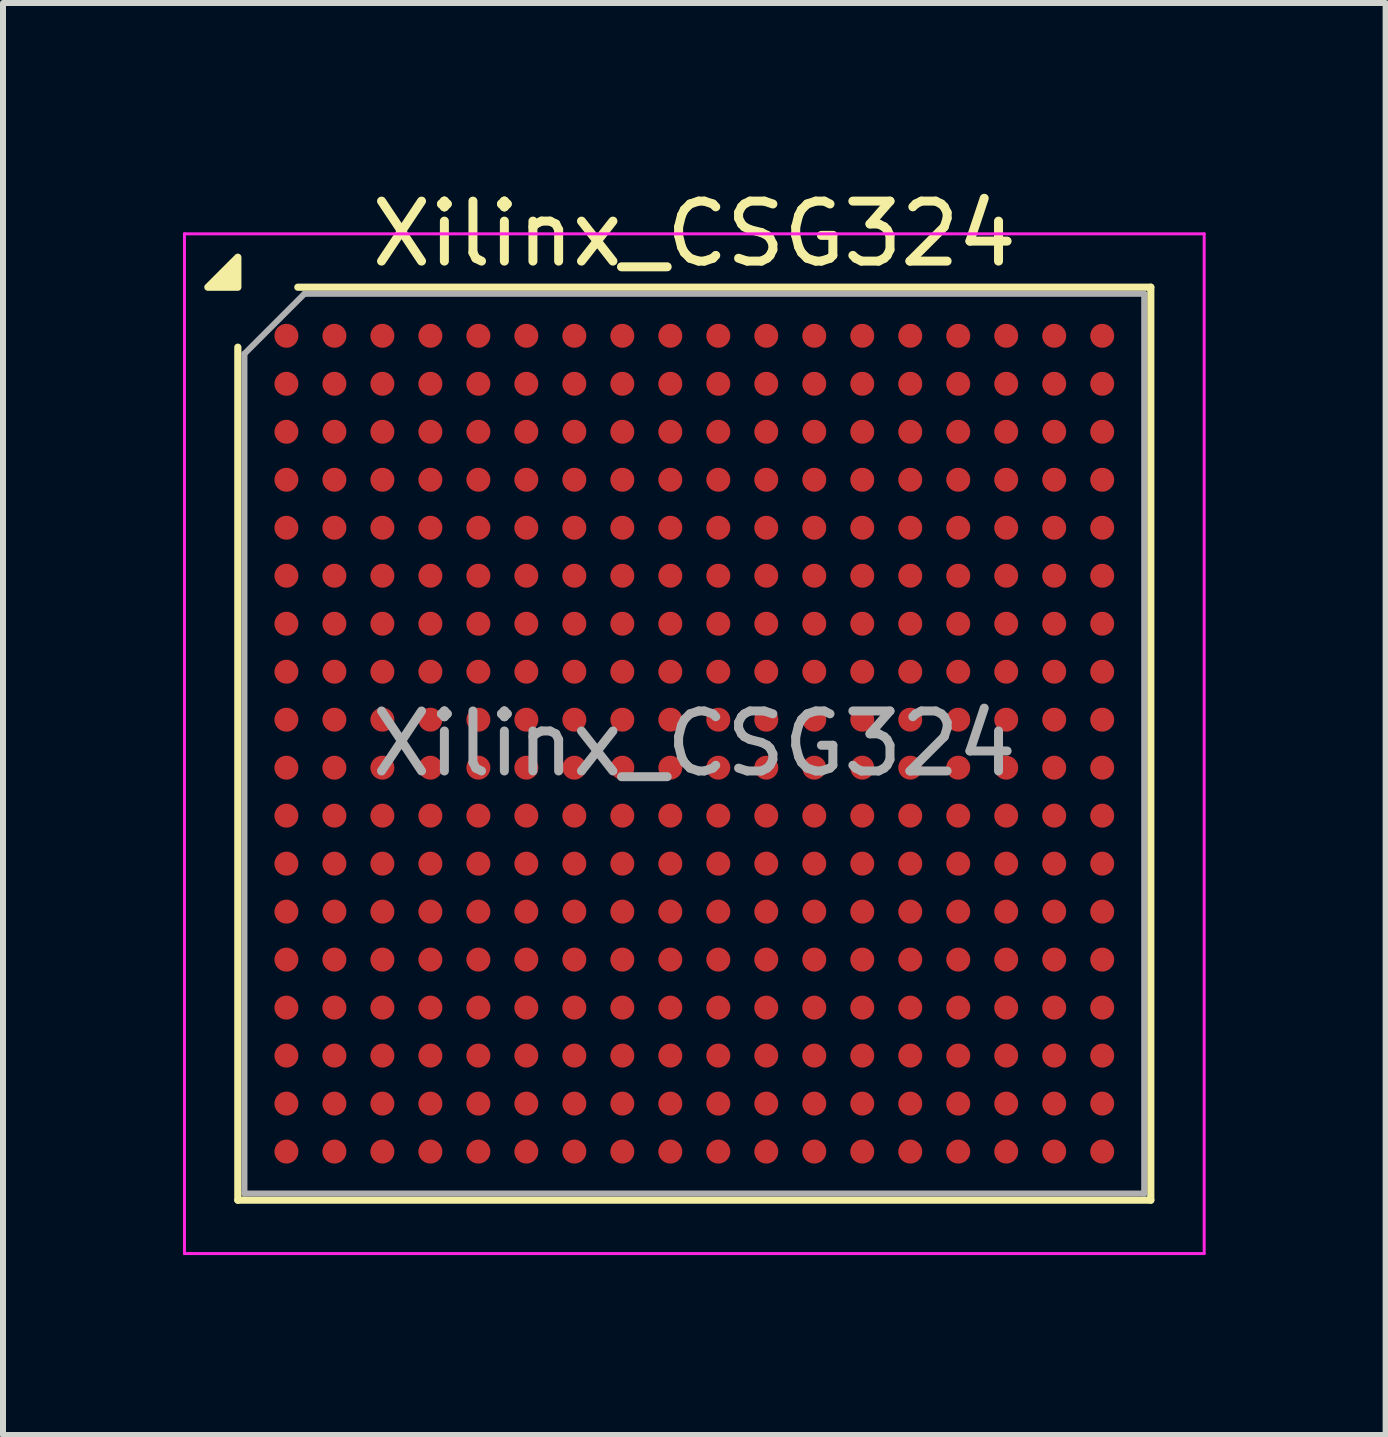
<source format=kicad_pcb>
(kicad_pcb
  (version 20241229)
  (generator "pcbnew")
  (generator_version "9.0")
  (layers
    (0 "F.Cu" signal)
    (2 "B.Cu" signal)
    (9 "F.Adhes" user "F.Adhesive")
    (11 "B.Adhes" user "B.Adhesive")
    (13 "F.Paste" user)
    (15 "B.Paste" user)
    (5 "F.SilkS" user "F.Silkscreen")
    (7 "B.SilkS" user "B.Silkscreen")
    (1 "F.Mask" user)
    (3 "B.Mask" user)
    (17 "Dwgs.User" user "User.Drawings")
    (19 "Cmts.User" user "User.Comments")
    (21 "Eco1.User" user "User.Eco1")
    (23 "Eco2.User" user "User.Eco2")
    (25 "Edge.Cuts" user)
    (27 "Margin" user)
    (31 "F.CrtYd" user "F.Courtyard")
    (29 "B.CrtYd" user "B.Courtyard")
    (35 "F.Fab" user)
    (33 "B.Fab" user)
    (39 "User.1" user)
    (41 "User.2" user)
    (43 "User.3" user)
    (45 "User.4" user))
  (footprint "Xilinx_CSG324"
    (layer "F.Cu")
    (at 8.525 9.348)
    (property "Reference" "Xilinx_CSG324" (at 0 -8.5 0) (layer "F.SilkS") (effects (font (size 1 1) (thickness 0.15))))
    (attr smd)
    (fp_line (start -7.61 7.61) (end -7.61 -6.61) (stroke (width 0.12) (type solid)) (layer "F.SilkS"))
    (fp_line (start -6.61 -7.61) (end 7.61 -7.61) (stroke (width 0.12) (type solid)) (layer "F.SilkS"))
    (fp_line (start 7.61 -7.61) (end 7.61 7.61) (stroke (width 0.12) (type solid)) (layer "F.SilkS"))
    (fp_line (start 7.61 7.61) (end -7.61 7.61) (stroke (width 0.12) (type solid)) (layer "F.SilkS"))
    (fp_poly (pts (xy -7.61 -7.61) (xy -8.11 -7.61) (xy -7.61 -8.11)) (stroke (width 0.12) (type solid)) (fill yes) (layer "F.SilkS"))
    (fp_line (start -8.5 -8.5) (end -8.5 8.5) (stroke (width 0.05) (type solid)) (layer "F.CrtYd"))
    (fp_line (start -8.5 8.5) (end 8.5 8.5) (stroke (width 0.05) (type solid)) (layer "F.CrtYd"))
    (fp_line (start 8.5 -8.5) (end -8.5 -8.5) (stroke (width 0.05) (type solid)) (layer "F.CrtYd"))
    (fp_line (start 8.5 8.5) (end 8.5 -8.5) (stroke (width 0.05) (type solid)) (layer "F.CrtYd"))
    (fp_line (start -7.5 -6.5) (end -6.5 -7.5) (stroke (width 0.1) (type solid)) (layer "F.Fab"))
    (fp_line (start -7.5 7.5) (end -7.5 -6.5) (stroke (width 0.1) (type solid)) (layer "F.Fab"))
    (fp_line (start -6.5 -7.5) (end 7.5 -7.5) (stroke (width 0.1) (type solid)) (layer "F.Fab"))
    (fp_line (start 7.5 -7.5) (end 7.5 7.5) (stroke (width 0.1) (type solid)) (layer "F.Fab"))
    (fp_line (start 7.5 7.5) (end -7.5 7.5) (stroke (width 0.1) (type solid)) (layer "F.Fab"))
    (fp_text user "${REFERENCE}" (at 0 0 0) (layer "F.Fab") (effects (font (size 1 1) (thickness 0.15))))
    (pad "A1" smd circle (at -6.8 -6.8) (size 0.4 0.4) (property pad_prop_bga) (layers "F.Cu" "F.Mask" "F.Paste"))
    (pad "A2" smd circle (at -6 -6.8) (size 0.4 0.4) (property pad_prop_bga) (layers "F.Cu" "F.Mask" "F.Paste"))
    (pad "A3" smd circle (at -5.2 -6.8) (size 0.4 0.4) (property pad_prop_bga) (layers "F.Cu" "F.Mask" "F.Paste"))
    (pad "A4" smd circle (at -4.4 -6.8) (size 0.4 0.4) (property pad_prop_bga) (layers "F.Cu" "F.Mask" "F.Paste"))
    (pad "A5" smd circle (at -3.6 -6.8) (size 0.4 0.4) (property pad_prop_bga) (layers "F.Cu" "F.Mask" "F.Paste"))
    (pad "A6" smd circle (at -2.8 -6.8) (size 0.4 0.4) (property pad_prop_bga) (layers "F.Cu" "F.Mask" "F.Paste"))
    (pad "A7" smd circle (at -2 -6.8) (size 0.4 0.4) (property pad_prop_bga) (layers "F.Cu" "F.Mask" "F.Paste"))
    (pad "A8" smd circle (at -1.2 -6.8) (size 0.4 0.4) (property pad_prop_bga) (layers "F.Cu" "F.Mask" "F.Paste"))
    (pad "A9" smd circle (at -0.4 -6.8) (size 0.4 0.4) (property pad_prop_bga) (layers "F.Cu" "F.Mask" "F.Paste"))
    (pad "A10" smd circle (at 0.4 -6.8) (size 0.4 0.4) (property pad_prop_bga) (layers "F.Cu" "F.Mask" "F.Paste"))
    (pad "A11" smd circle (at 1.2 -6.8) (size 0.4 0.4) (property pad_prop_bga) (layers "F.Cu" "F.Mask" "F.Paste"))
    (pad "A12" smd circle (at 2 -6.8) (size 0.4 0.4) (property pad_prop_bga) (layers "F.Cu" "F.Mask" "F.Paste"))
    (pad "A13" smd circle (at 2.8 -6.8) (size 0.4 0.4) (property pad_prop_bga) (layers "F.Cu" "F.Mask" "F.Paste"))
    (pad "A14" smd circle (at 3.6 -6.8) (size 0.4 0.4) (property pad_prop_bga) (layers "F.Cu" "F.Mask" "F.Paste"))
    (pad "A15" smd circle (at 4.4 -6.8) (size 0.4 0.4) (property pad_prop_bga) (layers "F.Cu" "F.Mask" "F.Paste"))
    (pad "A16" smd circle (at 5.2 -6.8) (size 0.4 0.4) (property pad_prop_bga) (layers "F.Cu" "F.Mask" "F.Paste"))
    (pad "A17" smd circle (at 6 -6.8) (size 0.4 0.4) (property pad_prop_bga) (layers "F.Cu" "F.Mask" "F.Paste"))
    (pad "A18" smd circle (at 6.8 -6.8) (size 0.4 0.4) (property pad_prop_bga) (layers "F.Cu" "F.Mask" "F.Paste"))
    (pad "B1" smd circle (at -6.8 -6) (size 0.4 0.4) (property pad_prop_bga) (layers "F.Cu" "F.Mask" "F.Paste"))
    (pad "B2" smd circle (at -6 -6) (size 0.4 0.4) (property pad_prop_bga) (layers "F.Cu" "F.Mask" "F.Paste"))
    (pad "B3" smd circle (at -5.2 -6) (size 0.4 0.4) (property pad_prop_bga) (layers "F.Cu" "F.Mask" "F.Paste"))
    (pad "B4" smd circle (at -4.4 -6) (size 0.4 0.4) (property pad_prop_bga) (layers "F.Cu" "F.Mask" "F.Paste"))
    (pad "B5" smd circle (at -3.6 -6) (size 0.4 0.4) (property pad_prop_bga) (layers "F.Cu" "F.Mask" "F.Paste"))
    (pad "B6" smd circle (at -2.8 -6) (size 0.4 0.4) (property pad_prop_bga) (layers "F.Cu" "F.Mask" "F.Paste"))
    (pad "B7" smd circle (at -2 -6) (size 0.4 0.4) (property pad_prop_bga) (layers "F.Cu" "F.Mask" "F.Paste"))
    (pad "B8" smd circle (at -1.2 -6) (size 0.4 0.4) (property pad_prop_bga) (layers "F.Cu" "F.Mask" "F.Paste"))
    (pad "B9" smd circle (at -0.4 -6) (size 0.4 0.4) (property pad_prop_bga) (layers "F.Cu" "F.Mask" "F.Paste"))
    (pad "B10" smd circle (at 0.4 -6) (size 0.4 0.4) (property pad_prop_bga) (layers "F.Cu" "F.Mask" "F.Paste"))
    (pad "B11" smd circle (at 1.2 -6) (size 0.4 0.4) (property pad_prop_bga) (layers "F.Cu" "F.Mask" "F.Paste"))
    (pad "B12" smd circle (at 2 -6) (size 0.4 0.4) (property pad_prop_bga) (layers "F.Cu" "F.Mask" "F.Paste"))
    (pad "B13" smd circle (at 2.8 -6) (size 0.4 0.4) (property pad_prop_bga) (layers "F.Cu" "F.Mask" "F.Paste"))
    (pad "B14" smd circle (at 3.6 -6) (size 0.4 0.4) (property pad_prop_bga) (layers "F.Cu" "F.Mask" "F.Paste"))
    (pad "B15" smd circle (at 4.4 -6) (size 0.4 0.4) (property pad_prop_bga) (layers "F.Cu" "F.Mask" "F.Paste"))
    (pad "B16" smd circle (at 5.2 -6) (size 0.4 0.4) (property pad_prop_bga) (layers "F.Cu" "F.Mask" "F.Paste"))
    (pad "B17" smd circle (at 6 -6) (size 0.4 0.4) (property pad_prop_bga) (layers "F.Cu" "F.Mask" "F.Paste"))
    (pad "B18" smd circle (at 6.8 -6) (size 0.4 0.4) (property pad_prop_bga) (layers "F.Cu" "F.Mask" "F.Paste"))
    (pad "C1" smd circle (at -6.8 -5.2) (size 0.4 0.4) (property pad_prop_bga) (layers "F.Cu" "F.Mask" "F.Paste"))
    (pad "C2" smd circle (at -6 -5.2) (size 0.4 0.4) (property pad_prop_bga) (layers "F.Cu" "F.Mask" "F.Paste"))
    (pad "C3" smd circle (at -5.2 -5.2) (size 0.4 0.4) (property pad_prop_bga) (layers "F.Cu" "F.Mask" "F.Paste"))
    (pad "C4" smd circle (at -4.4 -5.2) (size 0.4 0.4) (property pad_prop_bga) (layers "F.Cu" "F.Mask" "F.Paste"))
    (pad "C5" smd circle (at -3.6 -5.2) (size 0.4 0.4) (property pad_prop_bga) (layers "F.Cu" "F.Mask" "F.Paste"))
    (pad "C6" smd circle (at -2.8 -5.2) (size 0.4 0.4) (property pad_prop_bga) (layers "F.Cu" "F.Mask" "F.Paste"))
    (pad "C7" smd circle (at -2 -5.2) (size 0.4 0.4) (property pad_prop_bga) (layers "F.Cu" "F.Mask" "F.Paste"))
    (pad "C8" smd circle (at -1.2 -5.2) (size 0.4 0.4) (property pad_prop_bga) (layers "F.Cu" "F.Mask" "F.Paste"))
    (pad "C9" smd circle (at -0.4 -5.2) (size 0.4 0.4) (property pad_prop_bga) (layers "F.Cu" "F.Mask" "F.Paste"))
    (pad "C10" smd circle (at 0.4 -5.2) (size 0.4 0.4) (property pad_prop_bga) (layers "F.Cu" "F.Mask" "F.Paste"))
    (pad "C11" smd circle (at 1.2 -5.2) (size 0.4 0.4) (property pad_prop_bga) (layers "F.Cu" "F.Mask" "F.Paste"))
    (pad "C12" smd circle (at 2 -5.2) (size 0.4 0.4) (property pad_prop_bga) (layers "F.Cu" "F.Mask" "F.Paste"))
    (pad "C13" smd circle (at 2.8 -5.2) (size 0.4 0.4) (property pad_prop_bga) (layers "F.Cu" "F.Mask" "F.Paste"))
    (pad "C14" smd circle (at 3.6 -5.2) (size 0.4 0.4) (property pad_prop_bga) (layers "F.Cu" "F.Mask" "F.Paste"))
    (pad "C15" smd circle (at 4.4 -5.2) (size 0.4 0.4) (property pad_prop_bga) (layers "F.Cu" "F.Mask" "F.Paste"))
    (pad "C16" smd circle (at 5.2 -5.2) (size 0.4 0.4) (property pad_prop_bga) (layers "F.Cu" "F.Mask" "F.Paste"))
    (pad "C17" smd circle (at 6 -5.2) (size 0.4 0.4) (property pad_prop_bga) (layers "F.Cu" "F.Mask" "F.Paste"))
    (pad "C18" smd circle (at 6.8 -5.2) (size 0.4 0.4) (property pad_prop_bga) (layers "F.Cu" "F.Mask" "F.Paste"))
    (pad "D1" smd circle (at -6.8 -4.4) (size 0.4 0.4) (property pad_prop_bga) (layers "F.Cu" "F.Mask" "F.Paste"))
    (pad "D2" smd circle (at -6 -4.4) (size 0.4 0.4) (property pad_prop_bga) (layers "F.Cu" "F.Mask" "F.Paste"))
    (pad "D3" smd circle (at -5.2 -4.4) (size 0.4 0.4) (property pad_prop_bga) (layers "F.Cu" "F.Mask" "F.Paste"))
    (pad "D4" smd circle (at -4.4 -4.4) (size 0.4 0.4) (property pad_prop_bga) (layers "F.Cu" "F.Mask" "F.Paste"))
    (pad "D5" smd circle (at -3.6 -4.4) (size 0.4 0.4) (property pad_prop_bga) (layers "F.Cu" "F.Mask" "F.Paste"))
    (pad "D6" smd circle (at -2.8 -4.4) (size 0.4 0.4) (property pad_prop_bga) (layers "F.Cu" "F.Mask" "F.Paste"))
    (pad "D7" smd circle (at -2 -4.4) (size 0.4 0.4) (property pad_prop_bga) (layers "F.Cu" "F.Mask" "F.Paste"))
    (pad "D8" smd circle (at -1.2 -4.4) (size 0.4 0.4) (property pad_prop_bga) (layers "F.Cu" "F.Mask" "F.Paste"))
    (pad "D9" smd circle (at -0.4 -4.4) (size 0.4 0.4) (property pad_prop_bga) (layers "F.Cu" "F.Mask" "F.Paste"))
    (pad "D10" smd circle (at 0.4 -4.4) (size 0.4 0.4) (property pad_prop_bga) (layers "F.Cu" "F.Mask" "F.Paste"))
    (pad "D11" smd circle (at 1.2 -4.4) (size 0.4 0.4) (property pad_prop_bga) (layers "F.Cu" "F.Mask" "F.Paste"))
    (pad "D12" smd circle (at 2 -4.4) (size 0.4 0.4) (property pad_prop_bga) (layers "F.Cu" "F.Mask" "F.Paste"))
    (pad "D13" smd circle (at 2.8 -4.4) (size 0.4 0.4) (property pad_prop_bga) (layers "F.Cu" "F.Mask" "F.Paste"))
    (pad "D14" smd circle (at 3.6 -4.4) (size 0.4 0.4) (property pad_prop_bga) (layers "F.Cu" "F.Mask" "F.Paste"))
    (pad "D15" smd circle (at 4.4 -4.4) (size 0.4 0.4) (property pad_prop_bga) (layers "F.Cu" "F.Mask" "F.Paste"))
    (pad "D16" smd circle (at 5.2 -4.4) (size 0.4 0.4) (property pad_prop_bga) (layers "F.Cu" "F.Mask" "F.Paste"))
    (pad "D17" smd circle (at 6 -4.4) (size 0.4 0.4) (property pad_prop_bga) (layers "F.Cu" "F.Mask" "F.Paste"))
    (pad "D18" smd circle (at 6.8 -4.4) (size 0.4 0.4) (property pad_prop_bga) (layers "F.Cu" "F.Mask" "F.Paste"))
    (pad "E1" smd circle (at -6.8 -3.6) (size 0.4 0.4) (property pad_prop_bga) (layers "F.Cu" "F.Mask" "F.Paste"))
    (pad "E2" smd circle (at -6 -3.6) (size 0.4 0.4) (property pad_prop_bga) (layers "F.Cu" "F.Mask" "F.Paste"))
    (pad "E3" smd circle (at -5.2 -3.6) (size 0.4 0.4) (property pad_prop_bga) (layers "F.Cu" "F.Mask" "F.Paste"))
    (pad "E4" smd circle (at -4.4 -3.6) (size 0.4 0.4) (property pad_prop_bga) (layers "F.Cu" "F.Mask" "F.Paste"))
    (pad "E5" smd circle (at -3.6 -3.6) (size 0.4 0.4) (property pad_prop_bga) (layers "F.Cu" "F.Mask" "F.Paste"))
    (pad "E6" smd circle (at -2.8 -3.6) (size 0.4 0.4) (property pad_prop_bga) (layers "F.Cu" "F.Mask" "F.Paste"))
    (pad "E7" smd circle (at -2 -3.6) (size 0.4 0.4) (property pad_prop_bga) (layers "F.Cu" "F.Mask" "F.Paste"))
    (pad "E8" smd circle (at -1.2 -3.6) (size 0.4 0.4) (property pad_prop_bga) (layers "F.Cu" "F.Mask" "F.Paste"))
    (pad "E9" smd circle (at -0.4 -3.6) (size 0.4 0.4) (property pad_prop_bga) (layers "F.Cu" "F.Mask" "F.Paste"))
    (pad "E10" smd circle (at 0.4 -3.6) (size 0.4 0.4) (property pad_prop_bga) (layers "F.Cu" "F.Mask" "F.Paste"))
    (pad "E11" smd circle (at 1.2 -3.6) (size 0.4 0.4) (property pad_prop_bga) (layers "F.Cu" "F.Mask" "F.Paste"))
    (pad "E12" smd circle (at 2 -3.6) (size 0.4 0.4) (property pad_prop_bga) (layers "F.Cu" "F.Mask" "F.Paste"))
    (pad "E13" smd circle (at 2.8 -3.6) (size 0.4 0.4) (property pad_prop_bga) (layers "F.Cu" "F.Mask" "F.Paste"))
    (pad "E14" smd circle (at 3.6 -3.6) (size 0.4 0.4) (property pad_prop_bga) (layers "F.Cu" "F.Mask" "F.Paste"))
    (pad "E15" smd circle (at 4.4 -3.6) (size 0.4 0.4) (property pad_prop_bga) (layers "F.Cu" "F.Mask" "F.Paste"))
    (pad "E16" smd circle (at 5.2 -3.6) (size 0.4 0.4) (property pad_prop_bga) (layers "F.Cu" "F.Mask" "F.Paste"))
    (pad "E17" smd circle (at 6 -3.6) (size 0.4 0.4) (property pad_prop_bga) (layers "F.Cu" "F.Mask" "F.Paste"))
    (pad "E18" smd circle (at 6.8 -3.6) (size 0.4 0.4) (property pad_prop_bga) (layers "F.Cu" "F.Mask" "F.Paste"))
    (pad "F1" smd circle (at -6.8 -2.8) (size 0.4 0.4) (property pad_prop_bga) (layers "F.Cu" "F.Mask" "F.Paste"))
    (pad "F2" smd circle (at -6 -2.8) (size 0.4 0.4) (property pad_prop_bga) (layers "F.Cu" "F.Mask" "F.Paste"))
    (pad "F3" smd circle (at -5.2 -2.8) (size 0.4 0.4) (property pad_prop_bga) (layers "F.Cu" "F.Mask" "F.Paste"))
    (pad "F4" smd circle (at -4.4 -2.8) (size 0.4 0.4) (property pad_prop_bga) (layers "F.Cu" "F.Mask" "F.Paste"))
    (pad "F5" smd circle (at -3.6 -2.8) (size 0.4 0.4) (property pad_prop_bga) (layers "F.Cu" "F.Mask" "F.Paste"))
    (pad "F6" smd circle (at -2.8 -2.8) (size 0.4 0.4) (property pad_prop_bga) (layers "F.Cu" "F.Mask" "F.Paste"))
    (pad "F7" smd circle (at -2 -2.8) (size 0.4 0.4) (property pad_prop_bga) (layers "F.Cu" "F.Mask" "F.Paste"))
    (pad "F8" smd circle (at -1.2 -2.8) (size 0.4 0.4) (property pad_prop_bga) (layers "F.Cu" "F.Mask" "F.Paste"))
    (pad "F9" smd circle (at -0.4 -2.8) (size 0.4 0.4) (property pad_prop_bga) (layers "F.Cu" "F.Mask" "F.Paste"))
    (pad "F10" smd circle (at 0.4 -2.8) (size 0.4 0.4) (property pad_prop_bga) (layers "F.Cu" "F.Mask" "F.Paste"))
    (pad "F11" smd circle (at 1.2 -2.8) (size 0.4 0.4) (property pad_prop_bga) (layers "F.Cu" "F.Mask" "F.Paste"))
    (pad "F12" smd circle (at 2 -2.8) (size 0.4 0.4) (property pad_prop_bga) (layers "F.Cu" "F.Mask" "F.Paste"))
    (pad "F13" smd circle (at 2.8 -2.8) (size 0.4 0.4) (property pad_prop_bga) (layers "F.Cu" "F.Mask" "F.Paste"))
    (pad "F14" smd circle (at 3.6 -2.8) (size 0.4 0.4) (property pad_prop_bga) (layers "F.Cu" "F.Mask" "F.Paste"))
    (pad "F15" smd circle (at 4.4 -2.8) (size 0.4 0.4) (property pad_prop_bga) (layers "F.Cu" "F.Mask" "F.Paste"))
    (pad "F16" smd circle (at 5.2 -2.8) (size 0.4 0.4) (property pad_prop_bga) (layers "F.Cu" "F.Mask" "F.Paste"))
    (pad "F17" smd circle (at 6 -2.8) (size 0.4 0.4) (property pad_prop_bga) (layers "F.Cu" "F.Mask" "F.Paste"))
    (pad "F18" smd circle (at 6.8 -2.8) (size 0.4 0.4) (property pad_prop_bga) (layers "F.Cu" "F.Mask" "F.Paste"))
    (pad "G1" smd circle (at -6.8 -2) (size 0.4 0.4) (property pad_prop_bga) (layers "F.Cu" "F.Mask" "F.Paste"))
    (pad "G2" smd circle (at -6 -2) (size 0.4 0.4) (property pad_prop_bga) (layers "F.Cu" "F.Mask" "F.Paste"))
    (pad "G3" smd circle (at -5.2 -2) (size 0.4 0.4) (property pad_prop_bga) (layers "F.Cu" "F.Mask" "F.Paste"))
    (pad "G4" smd circle (at -4.4 -2) (size 0.4 0.4) (property pad_prop_bga) (layers "F.Cu" "F.Mask" "F.Paste"))
    (pad "G5" smd circle (at -3.6 -2) (size 0.4 0.4) (property pad_prop_bga) (layers "F.Cu" "F.Mask" "F.Paste"))
    (pad "G6" smd circle (at -2.8 -2) (size 0.4 0.4) (property pad_prop_bga) (layers "F.Cu" "F.Mask" "F.Paste"))
    (pad "G7" smd circle (at -2 -2) (size 0.4 0.4) (property pad_prop_bga) (layers "F.Cu" "F.Mask" "F.Paste"))
    (pad "G8" smd circle (at -1.2 -2) (size 0.4 0.4) (property pad_prop_bga) (layers "F.Cu" "F.Mask" "F.Paste"))
    (pad "G9" smd circle (at -0.4 -2) (size 0.4 0.4) (property pad_prop_bga) (layers "F.Cu" "F.Mask" "F.Paste"))
    (pad "G10" smd circle (at 0.4 -2) (size 0.4 0.4) (property pad_prop_bga) (layers "F.Cu" "F.Mask" "F.Paste"))
    (pad "G11" smd circle (at 1.2 -2) (size 0.4 0.4) (property pad_prop_bga) (layers "F.Cu" "F.Mask" "F.Paste"))
    (pad "G12" smd circle (at 2 -2) (size 0.4 0.4) (property pad_prop_bga) (layers "F.Cu" "F.Mask" "F.Paste"))
    (pad "G13" smd circle (at 2.8 -2) (size 0.4 0.4) (property pad_prop_bga) (layers "F.Cu" "F.Mask" "F.Paste"))
    (pad "G14" smd circle (at 3.6 -2) (size 0.4 0.4) (property pad_prop_bga) (layers "F.Cu" "F.Mask" "F.Paste"))
    (pad "G15" smd circle (at 4.4 -2) (size 0.4 0.4) (property pad_prop_bga) (layers "F.Cu" "F.Mask" "F.Paste"))
    (pad "G16" smd circle (at 5.2 -2) (size 0.4 0.4) (property pad_prop_bga) (layers "F.Cu" "F.Mask" "F.Paste"))
    (pad "G17" smd circle (at 6 -2) (size 0.4 0.4) (property pad_prop_bga) (layers "F.Cu" "F.Mask" "F.Paste"))
    (pad "G18" smd circle (at 6.8 -2) (size 0.4 0.4) (property pad_prop_bga) (layers "F.Cu" "F.Mask" "F.Paste"))
    (pad "H1" smd circle (at -6.8 -1.2) (size 0.4 0.4) (property pad_prop_bga) (layers "F.Cu" "F.Mask" "F.Paste"))
    (pad "H2" smd circle (at -6 -1.2) (size 0.4 0.4) (property pad_prop_bga) (layers "F.Cu" "F.Mask" "F.Paste"))
    (pad "H3" smd circle (at -5.2 -1.2) (size 0.4 0.4) (property pad_prop_bga) (layers "F.Cu" "F.Mask" "F.Paste"))
    (pad "H4" smd circle (at -4.4 -1.2) (size 0.4 0.4) (property pad_prop_bga) (layers "F.Cu" "F.Mask" "F.Paste"))
    (pad "H5" smd circle (at -3.6 -1.2) (size 0.4 0.4) (property pad_prop_bga) (layers "F.Cu" "F.Mask" "F.Paste"))
    (pad "H6" smd circle (at -2.8 -1.2) (size 0.4 0.4) (property pad_prop_bga) (layers "F.Cu" "F.Mask" "F.Paste"))
    (pad "H7" smd circle (at -2 -1.2) (size 0.4 0.4) (property pad_prop_bga) (layers "F.Cu" "F.Mask" "F.Paste"))
    (pad "H8" smd circle (at -1.2 -1.2) (size 0.4 0.4) (property pad_prop_bga) (layers "F.Cu" "F.Mask" "F.Paste"))
    (pad "H9" smd circle (at -0.4 -1.2) (size 0.4 0.4) (property pad_prop_bga) (layers "F.Cu" "F.Mask" "F.Paste"))
    (pad "H10" smd circle (at 0.4 -1.2) (size 0.4 0.4) (property pad_prop_bga) (layers "F.Cu" "F.Mask" "F.Paste"))
    (pad "H11" smd circle (at 1.2 -1.2) (size 0.4 0.4) (property pad_prop_bga) (layers "F.Cu" "F.Mask" "F.Paste"))
    (pad "H12" smd circle (at 2 -1.2) (size 0.4 0.4) (property pad_prop_bga) (layers "F.Cu" "F.Mask" "F.Paste"))
    (pad "H13" smd circle (at 2.8 -1.2) (size 0.4 0.4) (property pad_prop_bga) (layers "F.Cu" "F.Mask" "F.Paste"))
    (pad "H14" smd circle (at 3.6 -1.2) (size 0.4 0.4) (property pad_prop_bga) (layers "F.Cu" "F.Mask" "F.Paste"))
    (pad "H15" smd circle (at 4.4 -1.2) (size 0.4 0.4) (property pad_prop_bga) (layers "F.Cu" "F.Mask" "F.Paste"))
    (pad "H16" smd circle (at 5.2 -1.2) (size 0.4 0.4) (property pad_prop_bga) (layers "F.Cu" "F.Mask" "F.Paste"))
    (pad "H17" smd circle (at 6 -1.2) (size 0.4 0.4) (property pad_prop_bga) (layers "F.Cu" "F.Mask" "F.Paste"))
    (pad "H18" smd circle (at 6.8 -1.2) (size 0.4 0.4) (property pad_prop_bga) (layers "F.Cu" "F.Mask" "F.Paste"))
    (pad "J1" smd circle (at -6.8 -0.4) (size 0.4 0.4) (property pad_prop_bga) (layers "F.Cu" "F.Mask" "F.Paste"))
    (pad "J2" smd circle (at -6 -0.4) (size 0.4 0.4) (property pad_prop_bga) (layers "F.Cu" "F.Mask" "F.Paste"))
    (pad "J3" smd circle (at -5.2 -0.4) (size 0.4 0.4) (property pad_prop_bga) (layers "F.Cu" "F.Mask" "F.Paste"))
    (pad "J4" smd circle (at -4.4 -0.4) (size 0.4 0.4) (property pad_prop_bga) (layers "F.Cu" "F.Mask" "F.Paste"))
    (pad "J5" smd circle (at -3.6 -0.4) (size 0.4 0.4) (property pad_prop_bga) (layers "F.Cu" "F.Mask" "F.Paste"))
    (pad "J6" smd circle (at -2.8 -0.4) (size 0.4 0.4) (property pad_prop_bga) (layers "F.Cu" "F.Mask" "F.Paste"))
    (pad "J7" smd circle (at -2 -0.4) (size 0.4 0.4) (property pad_prop_bga) (layers "F.Cu" "F.Mask" "F.Paste"))
    (pad "J8" smd circle (at -1.2 -0.4) (size 0.4 0.4) (property pad_prop_bga) (layers "F.Cu" "F.Mask" "F.Paste"))
    (pad "J9" smd circle (at -0.4 -0.4) (size 0.4 0.4) (property pad_prop_bga) (layers "F.Cu" "F.Mask" "F.Paste"))
    (pad "J10" smd circle (at 0.4 -0.4) (size 0.4 0.4) (property pad_prop_bga) (layers "F.Cu" "F.Mask" "F.Paste"))
    (pad "J11" smd circle (at 1.2 -0.4) (size 0.4 0.4) (property pad_prop_bga) (layers "F.Cu" "F.Mask" "F.Paste"))
    (pad "J12" smd circle (at 2 -0.4) (size 0.4 0.4) (property pad_prop_bga) (layers "F.Cu" "F.Mask" "F.Paste"))
    (pad "J13" smd circle (at 2.8 -0.4) (size 0.4 0.4) (property pad_prop_bga) (layers "F.Cu" "F.Mask" "F.Paste"))
    (pad "J14" smd circle (at 3.6 -0.4) (size 0.4 0.4) (property pad_prop_bga) (layers "F.Cu" "F.Mask" "F.Paste"))
    (pad "J15" smd circle (at 4.4 -0.4) (size 0.4 0.4) (property pad_prop_bga) (layers "F.Cu" "F.Mask" "F.Paste"))
    (pad "J16" smd circle (at 5.2 -0.4) (size 0.4 0.4) (property pad_prop_bga) (layers "F.Cu" "F.Mask" "F.Paste"))
    (pad "J17" smd circle (at 6 -0.4) (size 0.4 0.4) (property pad_prop_bga) (layers "F.Cu" "F.Mask" "F.Paste"))
    (pad "J18" smd circle (at 6.8 -0.4) (size 0.4 0.4) (property pad_prop_bga) (layers "F.Cu" "F.Mask" "F.Paste"))
    (pad "K1" smd circle (at -6.8 0.4) (size 0.4 0.4) (property pad_prop_bga) (layers "F.Cu" "F.Mask" "F.Paste"))
    (pad "K2" smd circle (at -6 0.4) (size 0.4 0.4) (property pad_prop_bga) (layers "F.Cu" "F.Mask" "F.Paste"))
    (pad "K3" smd circle (at -5.2 0.4) (size 0.4 0.4) (property pad_prop_bga) (layers "F.Cu" "F.Mask" "F.Paste"))
    (pad "K4" smd circle (at -4.4 0.4) (size 0.4 0.4) (property pad_prop_bga) (layers "F.Cu" "F.Mask" "F.Paste"))
    (pad "K5" smd circle (at -3.6 0.4) (size 0.4 0.4) (property pad_prop_bga) (layers "F.Cu" "F.Mask" "F.Paste"))
    (pad "K6" smd circle (at -2.8 0.4) (size 0.4 0.4) (property pad_prop_bga) (layers "F.Cu" "F.Mask" "F.Paste"))
    (pad "K7" smd circle (at -2 0.4) (size 0.4 0.4) (property pad_prop_bga) (layers "F.Cu" "F.Mask" "F.Paste"))
    (pad "K8" smd circle (at -1.2 0.4) (size 0.4 0.4) (property pad_prop_bga) (layers "F.Cu" "F.Mask" "F.Paste"))
    (pad "K9" smd circle (at -0.4 0.4) (size 0.4 0.4) (property pad_prop_bga) (layers "F.Cu" "F.Mask" "F.Paste"))
    (pad "K10" smd circle (at 0.4 0.4) (size 0.4 0.4) (property pad_prop_bga) (layers "F.Cu" "F.Mask" "F.Paste"))
    (pad "K11" smd circle (at 1.2 0.4) (size 0.4 0.4) (property pad_prop_bga) (layers "F.Cu" "F.Mask" "F.Paste"))
    (pad "K12" smd circle (at 2 0.4) (size 0.4 0.4) (property pad_prop_bga) (layers "F.Cu" "F.Mask" "F.Paste"))
    (pad "K13" smd circle (at 2.8 0.4) (size 0.4 0.4) (property pad_prop_bga) (layers "F.Cu" "F.Mask" "F.Paste"))
    (pad "K14" smd circle (at 3.6 0.4) (size 0.4 0.4) (property pad_prop_bga) (layers "F.Cu" "F.Mask" "F.Paste"))
    (pad "K15" smd circle (at 4.4 0.4) (size 0.4 0.4) (property pad_prop_bga) (layers "F.Cu" "F.Mask" "F.Paste"))
    (pad "K16" smd circle (at 5.2 0.4) (size 0.4 0.4) (property pad_prop_bga) (layers "F.Cu" "F.Mask" "F.Paste"))
    (pad "K17" smd circle (at 6 0.4) (size 0.4 0.4) (property pad_prop_bga) (layers "F.Cu" "F.Mask" "F.Paste"))
    (pad "K18" smd circle (at 6.8 0.4) (size 0.4 0.4) (property pad_prop_bga) (layers "F.Cu" "F.Mask" "F.Paste"))
    (pad "L1" smd circle (at -6.8 1.2) (size 0.4 0.4) (property pad_prop_bga) (layers "F.Cu" "F.Mask" "F.Paste"))
    (pad "L2" smd circle (at -6 1.2) (size 0.4 0.4) (property pad_prop_bga) (layers "F.Cu" "F.Mask" "F.Paste"))
    (pad "L3" smd circle (at -5.2 1.2) (size 0.4 0.4) (property pad_prop_bga) (layers "F.Cu" "F.Mask" "F.Paste"))
    (pad "L4" smd circle (at -4.4 1.2) (size 0.4 0.4) (property pad_prop_bga) (layers "F.Cu" "F.Mask" "F.Paste"))
    (pad "L5" smd circle (at -3.6 1.2) (size 0.4 0.4) (property pad_prop_bga) (layers "F.Cu" "F.Mask" "F.Paste"))
    (pad "L6" smd circle (at -2.8 1.2) (size 0.4 0.4) (property pad_prop_bga) (layers "F.Cu" "F.Mask" "F.Paste"))
    (pad "L7" smd circle (at -2 1.2) (size 0.4 0.4) (property pad_prop_bga) (layers "F.Cu" "F.Mask" "F.Paste"))
    (pad "L8" smd circle (at -1.2 1.2) (size 0.4 0.4) (property pad_prop_bga) (layers "F.Cu" "F.Mask" "F.Paste"))
    (pad "L9" smd circle (at -0.4 1.2) (size 0.4 0.4) (property pad_prop_bga) (layers "F.Cu" "F.Mask" "F.Paste"))
    (pad "L10" smd circle (at 0.4 1.2) (size 0.4 0.4) (property pad_prop_bga) (layers "F.Cu" "F.Mask" "F.Paste"))
    (pad "L11" smd circle (at 1.2 1.2) (size 0.4 0.4) (property pad_prop_bga) (layers "F.Cu" "F.Mask" "F.Paste"))
    (pad "L12" smd circle (at 2 1.2) (size 0.4 0.4) (property pad_prop_bga) (layers "F.Cu" "F.Mask" "F.Paste"))
    (pad "L13" smd circle (at 2.8 1.2) (size 0.4 0.4) (property pad_prop_bga) (layers "F.Cu" "F.Mask" "F.Paste"))
    (pad "L14" smd circle (at 3.6 1.2) (size 0.4 0.4) (property pad_prop_bga) (layers "F.Cu" "F.Mask" "F.Paste"))
    (pad "L15" smd circle (at 4.4 1.2) (size 0.4 0.4) (property pad_prop_bga) (layers "F.Cu" "F.Mask" "F.Paste"))
    (pad "L16" smd circle (at 5.2 1.2) (size 0.4 0.4) (property pad_prop_bga) (layers "F.Cu" "F.Mask" "F.Paste"))
    (pad "L17" smd circle (at 6 1.2) (size 0.4 0.4) (property pad_prop_bga) (layers "F.Cu" "F.Mask" "F.Paste"))
    (pad "L18" smd circle (at 6.8 1.2) (size 0.4 0.4) (property pad_prop_bga) (layers "F.Cu" "F.Mask" "F.Paste"))
    (pad "M1" smd circle (at -6.8 2) (size 0.4 0.4) (property pad_prop_bga) (layers "F.Cu" "F.Mask" "F.Paste"))
    (pad "M2" smd circle (at -6 2) (size 0.4 0.4) (property pad_prop_bga) (layers "F.Cu" "F.Mask" "F.Paste"))
    (pad "M3" smd circle (at -5.2 2) (size 0.4 0.4) (property pad_prop_bga) (layers "F.Cu" "F.Mask" "F.Paste"))
    (pad "M4" smd circle (at -4.4 2) (size 0.4 0.4) (property pad_prop_bga) (layers "F.Cu" "F.Mask" "F.Paste"))
    (pad "M5" smd circle (at -3.6 2) (size 0.4 0.4) (property pad_prop_bga) (layers "F.Cu" "F.Mask" "F.Paste"))
    (pad "M6" smd circle (at -2.8 2) (size 0.4 0.4) (property pad_prop_bga) (layers "F.Cu" "F.Mask" "F.Paste"))
    (pad "M7" smd circle (at -2 2) (size 0.4 0.4) (property pad_prop_bga) (layers "F.Cu" "F.Mask" "F.Paste"))
    (pad "M8" smd circle (at -1.2 2) (size 0.4 0.4) (property pad_prop_bga) (layers "F.Cu" "F.Mask" "F.Paste"))
    (pad "M9" smd circle (at -0.4 2) (size 0.4 0.4) (property pad_prop_bga) (layers "F.Cu" "F.Mask" "F.Paste"))
    (pad "M10" smd circle (at 0.4 2) (size 0.4 0.4) (property pad_prop_bga) (layers "F.Cu" "F.Mask" "F.Paste"))
    (pad "M11" smd circle (at 1.2 2) (size 0.4 0.4) (property pad_prop_bga) (layers "F.Cu" "F.Mask" "F.Paste"))
    (pad "M12" smd circle (at 2 2) (size 0.4 0.4) (property pad_prop_bga) (layers "F.Cu" "F.Mask" "F.Paste"))
    (pad "M13" smd circle (at 2.8 2) (size 0.4 0.4) (property pad_prop_bga) (layers "F.Cu" "F.Mask" "F.Paste"))
    (pad "M14" smd circle (at 3.6 2) (size 0.4 0.4) (property pad_prop_bga) (layers "F.Cu" "F.Mask" "F.Paste"))
    (pad "M15" smd circle (at 4.4 2) (size 0.4 0.4) (property pad_prop_bga) (layers "F.Cu" "F.Mask" "F.Paste"))
    (pad "M16" smd circle (at 5.2 2) (size 0.4 0.4) (property pad_prop_bga) (layers "F.Cu" "F.Mask" "F.Paste"))
    (pad "M17" smd circle (at 6 2) (size 0.4 0.4) (property pad_prop_bga) (layers "F.Cu" "F.Mask" "F.Paste"))
    (pad "M18" smd circle (at 6.8 2) (size 0.4 0.4) (property pad_prop_bga) (layers "F.Cu" "F.Mask" "F.Paste"))
    (pad "N1" smd circle (at -6.8 2.8) (size 0.4 0.4) (property pad_prop_bga) (layers "F.Cu" "F.Mask" "F.Paste"))
    (pad "N2" smd circle (at -6 2.8) (size 0.4 0.4) (property pad_prop_bga) (layers "F.Cu" "F.Mask" "F.Paste"))
    (pad "N3" smd circle (at -5.2 2.8) (size 0.4 0.4) (property pad_prop_bga) (layers "F.Cu" "F.Mask" "F.Paste"))
    (pad "N4" smd circle (at -4.4 2.8) (size 0.4 0.4) (property pad_prop_bga) (layers "F.Cu" "F.Mask" "F.Paste"))
    (pad "N5" smd circle (at -3.6 2.8) (size 0.4 0.4) (property pad_prop_bga) (layers "F.Cu" "F.Mask" "F.Paste"))
    (pad "N6" smd circle (at -2.8 2.8) (size 0.4 0.4) (property pad_prop_bga) (layers "F.Cu" "F.Mask" "F.Paste"))
    (pad "N7" smd circle (at -2 2.8) (size 0.4 0.4) (property pad_prop_bga) (layers "F.Cu" "F.Mask" "F.Paste"))
    (pad "N8" smd circle (at -1.2 2.8) (size 0.4 0.4) (property pad_prop_bga) (layers "F.Cu" "F.Mask" "F.Paste"))
    (pad "N9" smd circle (at -0.4 2.8) (size 0.4 0.4) (property pad_prop_bga) (layers "F.Cu" "F.Mask" "F.Paste"))
    (pad "N10" smd circle (at 0.4 2.8) (size 0.4 0.4) (property pad_prop_bga) (layers "F.Cu" "F.Mask" "F.Paste"))
    (pad "N11" smd circle (at 1.2 2.8) (size 0.4 0.4) (property pad_prop_bga) (layers "F.Cu" "F.Mask" "F.Paste"))
    (pad "N12" smd circle (at 2 2.8) (size 0.4 0.4) (property pad_prop_bga) (layers "F.Cu" "F.Mask" "F.Paste"))
    (pad "N13" smd circle (at 2.8 2.8) (size 0.4 0.4) (property pad_prop_bga) (layers "F.Cu" "F.Mask" "F.Paste"))
    (pad "N14" smd circle (at 3.6 2.8) (size 0.4 0.4) (property pad_prop_bga) (layers "F.Cu" "F.Mask" "F.Paste"))
    (pad "N15" smd circle (at 4.4 2.8) (size 0.4 0.4) (property pad_prop_bga) (layers "F.Cu" "F.Mask" "F.Paste"))
    (pad "N16" smd circle (at 5.2 2.8) (size 0.4 0.4) (property pad_prop_bga) (layers "F.Cu" "F.Mask" "F.Paste"))
    (pad "N17" smd circle (at 6 2.8) (size 0.4 0.4) (property pad_prop_bga) (layers "F.Cu" "F.Mask" "F.Paste"))
    (pad "N18" smd circle (at 6.8 2.8) (size 0.4 0.4) (property pad_prop_bga) (layers "F.Cu" "F.Mask" "F.Paste"))
    (pad "P1" smd circle (at -6.8 3.6) (size 0.4 0.4) (property pad_prop_bga) (layers "F.Cu" "F.Mask" "F.Paste"))
    (pad "P2" smd circle (at -6 3.6) (size 0.4 0.4) (property pad_prop_bga) (layers "F.Cu" "F.Mask" "F.Paste"))
    (pad "P3" smd circle (at -5.2 3.6) (size 0.4 0.4) (property pad_prop_bga) (layers "F.Cu" "F.Mask" "F.Paste"))
    (pad "P4" smd circle (at -4.4 3.6) (size 0.4 0.4) (property pad_prop_bga) (layers "F.Cu" "F.Mask" "F.Paste"))
    (pad "P5" smd circle (at -3.6 3.6) (size 0.4 0.4) (property pad_prop_bga) (layers "F.Cu" "F.Mask" "F.Paste"))
    (pad "P6" smd circle (at -2.8 3.6) (size 0.4 0.4) (property pad_prop_bga) (layers "F.Cu" "F.Mask" "F.Paste"))
    (pad "P7" smd circle (at -2 3.6) (size 0.4 0.4) (property pad_prop_bga) (layers "F.Cu" "F.Mask" "F.Paste"))
    (pad "P8" smd circle (at -1.2 3.6) (size 0.4 0.4) (property pad_prop_bga) (layers "F.Cu" "F.Mask" "F.Paste"))
    (pad "P9" smd circle (at -0.4 3.6) (size 0.4 0.4) (property pad_prop_bga) (layers "F.Cu" "F.Mask" "F.Paste"))
    (pad "P10" smd circle (at 0.4 3.6) (size 0.4 0.4) (property pad_prop_bga) (layers "F.Cu" "F.Mask" "F.Paste"))
    (pad "P11" smd circle (at 1.2 3.6) (size 0.4 0.4) (property pad_prop_bga) (layers "F.Cu" "F.Mask" "F.Paste"))
    (pad "P12" smd circle (at 2 3.6) (size 0.4 0.4) (property pad_prop_bga) (layers "F.Cu" "F.Mask" "F.Paste"))
    (pad "P13" smd circle (at 2.8 3.6) (size 0.4 0.4) (property pad_prop_bga) (layers "F.Cu" "F.Mask" "F.Paste"))
    (pad "P14" smd circle (at 3.6 3.6) (size 0.4 0.4) (property pad_prop_bga) (layers "F.Cu" "F.Mask" "F.Paste"))
    (pad "P15" smd circle (at 4.4 3.6) (size 0.4 0.4) (property pad_prop_bga) (layers "F.Cu" "F.Mask" "F.Paste"))
    (pad "P16" smd circle (at 5.2 3.6) (size 0.4 0.4) (property pad_prop_bga) (layers "F.Cu" "F.Mask" "F.Paste"))
    (pad "P17" smd circle (at 6 3.6) (size 0.4 0.4) (property pad_prop_bga) (layers "F.Cu" "F.Mask" "F.Paste"))
    (pad "P18" smd circle (at 6.8 3.6) (size 0.4 0.4) (property pad_prop_bga) (layers "F.Cu" "F.Mask" "F.Paste"))
    (pad "R1" smd circle (at -6.8 4.4) (size 0.4 0.4) (property pad_prop_bga) (layers "F.Cu" "F.Mask" "F.Paste"))
    (pad "R2" smd circle (at -6 4.4) (size 0.4 0.4) (property pad_prop_bga) (layers "F.Cu" "F.Mask" "F.Paste"))
    (pad "R3" smd circle (at -5.2 4.4) (size 0.4 0.4) (property pad_prop_bga) (layers "F.Cu" "F.Mask" "F.Paste"))
    (pad "R4" smd circle (at -4.4 4.4) (size 0.4 0.4) (property pad_prop_bga) (layers "F.Cu" "F.Mask" "F.Paste"))
    (pad "R5" smd circle (at -3.6 4.4) (size 0.4 0.4) (property pad_prop_bga) (layers "F.Cu" "F.Mask" "F.Paste"))
    (pad "R6" smd circle (at -2.8 4.4) (size 0.4 0.4) (property pad_prop_bga) (layers "F.Cu" "F.Mask" "F.Paste"))
    (pad "R7" smd circle (at -2 4.4) (size 0.4 0.4) (property pad_prop_bga) (layers "F.Cu" "F.Mask" "F.Paste"))
    (pad "R8" smd circle (at -1.2 4.4) (size 0.4 0.4) (property pad_prop_bga) (layers "F.Cu" "F.Mask" "F.Paste"))
    (pad "R9" smd circle (at -0.4 4.4) (size 0.4 0.4) (property pad_prop_bga) (layers "F.Cu" "F.Mask" "F.Paste"))
    (pad "R10" smd circle (at 0.4 4.4) (size 0.4 0.4) (property pad_prop_bga) (layers "F.Cu" "F.Mask" "F.Paste"))
    (pad "R11" smd circle (at 1.2 4.4) (size 0.4 0.4) (property pad_prop_bga) (layers "F.Cu" "F.Mask" "F.Paste"))
    (pad "R12" smd circle (at 2 4.4) (size 0.4 0.4) (property pad_prop_bga) (layers "F.Cu" "F.Mask" "F.Paste"))
    (pad "R13" smd circle (at 2.8 4.4) (size 0.4 0.4) (property pad_prop_bga) (layers "F.Cu" "F.Mask" "F.Paste"))
    (pad "R14" smd circle (at 3.6 4.4) (size 0.4 0.4) (property pad_prop_bga) (layers "F.Cu" "F.Mask" "F.Paste"))
    (pad "R15" smd circle (at 4.4 4.4) (size 0.4 0.4) (property pad_prop_bga) (layers "F.Cu" "F.Mask" "F.Paste"))
    (pad "R16" smd circle (at 5.2 4.4) (size 0.4 0.4) (property pad_prop_bga) (layers "F.Cu" "F.Mask" "F.Paste"))
    (pad "R17" smd circle (at 6 4.4) (size 0.4 0.4) (property pad_prop_bga) (layers "F.Cu" "F.Mask" "F.Paste"))
    (pad "R18" smd circle (at 6.8 4.4) (size 0.4 0.4) (property pad_prop_bga) (layers "F.Cu" "F.Mask" "F.Paste"))
    (pad "T1" smd circle (at -6.8 5.2) (size 0.4 0.4) (property pad_prop_bga) (layers "F.Cu" "F.Mask" "F.Paste"))
    (pad "T2" smd circle (at -6 5.2) (size 0.4 0.4) (property pad_prop_bga) (layers "F.Cu" "F.Mask" "F.Paste"))
    (pad "T3" smd circle (at -5.2 5.2) (size 0.4 0.4) (property pad_prop_bga) (layers "F.Cu" "F.Mask" "F.Paste"))
    (pad "T4" smd circle (at -4.4 5.2) (size 0.4 0.4) (property pad_prop_bga) (layers "F.Cu" "F.Mask" "F.Paste"))
    (pad "T5" smd circle (at -3.6 5.2) (size 0.4 0.4) (property pad_prop_bga) (layers "F.Cu" "F.Mask" "F.Paste"))
    (pad "T6" smd circle (at -2.8 5.2) (size 0.4 0.4) (property pad_prop_bga) (layers "F.Cu" "F.Mask" "F.Paste"))
    (pad "T7" smd circle (at -2 5.2) (size 0.4 0.4) (property pad_prop_bga) (layers "F.Cu" "F.Mask" "F.Paste"))
    (pad "T8" smd circle (at -1.2 5.2) (size 0.4 0.4) (property pad_prop_bga) (layers "F.Cu" "F.Mask" "F.Paste"))
    (pad "T9" smd circle (at -0.4 5.2) (size 0.4 0.4) (property pad_prop_bga) (layers "F.Cu" "F.Mask" "F.Paste"))
    (pad "T10" smd circle (at 0.4 5.2) (size 0.4 0.4) (property pad_prop_bga) (layers "F.Cu" "F.Mask" "F.Paste"))
    (pad "T11" smd circle (at 1.2 5.2) (size 0.4 0.4) (property pad_prop_bga) (layers "F.Cu" "F.Mask" "F.Paste"))
    (pad "T12" smd circle (at 2 5.2) (size 0.4 0.4) (property pad_prop_bga) (layers "F.Cu" "F.Mask" "F.Paste"))
    (pad "T13" smd circle (at 2.8 5.2) (size 0.4 0.4) (property pad_prop_bga) (layers "F.Cu" "F.Mask" "F.Paste"))
    (pad "T14" smd circle (at 3.6 5.2) (size 0.4 0.4) (property pad_prop_bga) (layers "F.Cu" "F.Mask" "F.Paste"))
    (pad "T15" smd circle (at 4.4 5.2) (size 0.4 0.4) (property pad_prop_bga) (layers "F.Cu" "F.Mask" "F.Paste"))
    (pad "T16" smd circle (at 5.2 5.2) (size 0.4 0.4) (property pad_prop_bga) (layers "F.Cu" "F.Mask" "F.Paste"))
    (pad "T17" smd circle (at 6 5.2) (size 0.4 0.4) (property pad_prop_bga) (layers "F.Cu" "F.Mask" "F.Paste"))
    (pad "T18" smd circle (at 6.8 5.2) (size 0.4 0.4) (property pad_prop_bga) (layers "F.Cu" "F.Mask" "F.Paste"))
    (pad "U1" smd circle (at -6.8 6) (size 0.4 0.4) (property pad_prop_bga) (layers "F.Cu" "F.Mask" "F.Paste"))
    (pad "U2" smd circle (at -6 6) (size 0.4 0.4) (property pad_prop_bga) (layers "F.Cu" "F.Mask" "F.Paste"))
    (pad "U3" smd circle (at -5.2 6) (size 0.4 0.4) (property pad_prop_bga) (layers "F.Cu" "F.Mask" "F.Paste"))
    (pad "U4" smd circle (at -4.4 6) (size 0.4 0.4) (property pad_prop_bga) (layers "F.Cu" "F.Mask" "F.Paste"))
    (pad "U5" smd circle (at -3.6 6) (size 0.4 0.4) (property pad_prop_bga) (layers "F.Cu" "F.Mask" "F.Paste"))
    (pad "U6" smd circle (at -2.8 6) (size 0.4 0.4) (property pad_prop_bga) (layers "F.Cu" "F.Mask" "F.Paste"))
    (pad "U7" smd circle (at -2 6) (size 0.4 0.4) (property pad_prop_bga) (layers "F.Cu" "F.Mask" "F.Paste"))
    (pad "U8" smd circle (at -1.2 6) (size 0.4 0.4) (property pad_prop_bga) (layers "F.Cu" "F.Mask" "F.Paste"))
    (pad "U9" smd circle (at -0.4 6) (size 0.4 0.4) (property pad_prop_bga) (layers "F.Cu" "F.Mask" "F.Paste"))
    (pad "U10" smd circle (at 0.4 6) (size 0.4 0.4) (property pad_prop_bga) (layers "F.Cu" "F.Mask" "F.Paste"))
    (pad "U11" smd circle (at 1.2 6) (size 0.4 0.4) (property pad_prop_bga) (layers "F.Cu" "F.Mask" "F.Paste"))
    (pad "U12" smd circle (at 2 6) (size 0.4 0.4) (property pad_prop_bga) (layers "F.Cu" "F.Mask" "F.Paste"))
    (pad "U13" smd circle (at 2.8 6) (size 0.4 0.4) (property pad_prop_bga) (layers "F.Cu" "F.Mask" "F.Paste"))
    (pad "U14" smd circle (at 3.6 6) (size 0.4 0.4) (property pad_prop_bga) (layers "F.Cu" "F.Mask" "F.Paste"))
    (pad "U15" smd circle (at 4.4 6) (size 0.4 0.4) (property pad_prop_bga) (layers "F.Cu" "F.Mask" "F.Paste"))
    (pad "U16" smd circle (at 5.2 6) (size 0.4 0.4) (property pad_prop_bga) (layers "F.Cu" "F.Mask" "F.Paste"))
    (pad "U17" smd circle (at 6 6) (size 0.4 0.4) (property pad_prop_bga) (layers "F.Cu" "F.Mask" "F.Paste"))
    (pad "U18" smd circle (at 6.8 6) (size 0.4 0.4) (property pad_prop_bga) (layers "F.Cu" "F.Mask" "F.Paste"))
    (pad "V1" smd circle (at -6.8 6.8) (size 0.4 0.4) (property pad_prop_bga) (layers "F.Cu" "F.Mask" "F.Paste"))
    (pad "V2" smd circle (at -6 6.8) (size 0.4 0.4) (property pad_prop_bga) (layers "F.Cu" "F.Mask" "F.Paste"))
    (pad "V3" smd circle (at -5.2 6.8) (size 0.4 0.4) (property pad_prop_bga) (layers "F.Cu" "F.Mask" "F.Paste"))
    (pad "V4" smd circle (at -4.4 6.8) (size 0.4 0.4) (property pad_prop_bga) (layers "F.Cu" "F.Mask" "F.Paste"))
    (pad "V5" smd circle (at -3.6 6.8) (size 0.4 0.4) (property pad_prop_bga) (layers "F.Cu" "F.Mask" "F.Paste"))
    (pad "V6" smd circle (at -2.8 6.8) (size 0.4 0.4) (property pad_prop_bga) (layers "F.Cu" "F.Mask" "F.Paste"))
    (pad "V7" smd circle (at -2 6.8) (size 0.4 0.4) (property pad_prop_bga) (layers "F.Cu" "F.Mask" "F.Paste"))
    (pad "V8" smd circle (at -1.2 6.8) (size 0.4 0.4) (property pad_prop_bga) (layers "F.Cu" "F.Mask" "F.Paste"))
    (pad "V9" smd circle (at -0.4 6.8) (size 0.4 0.4) (property pad_prop_bga) (layers "F.Cu" "F.Mask" "F.Paste"))
    (pad "V10" smd circle (at 0.4 6.8) (size 0.4 0.4) (property pad_prop_bga) (layers "F.Cu" "F.Mask" "F.Paste"))
    (pad "V11" smd circle (at 1.2 6.8) (size 0.4 0.4) (property pad_prop_bga) (layers "F.Cu" "F.Mask" "F.Paste"))
    (pad "V12" smd circle (at 2 6.8) (size 0.4 0.4) (property pad_prop_bga) (layers "F.Cu" "F.Mask" "F.Paste"))
    (pad "V13" smd circle (at 2.8 6.8) (size 0.4 0.4) (property pad_prop_bga) (layers "F.Cu" "F.Mask" "F.Paste"))
    (pad "V14" smd circle (at 3.6 6.8) (size 0.4 0.4) (property pad_prop_bga) (layers "F.Cu" "F.Mask" "F.Paste"))
    (pad "V15" smd circle (at 4.4 6.8) (size 0.4 0.4) (property pad_prop_bga) (layers "F.Cu" "F.Mask" "F.Paste"))
    (pad "V16" smd circle (at 5.2 6.8) (size 0.4 0.4) (property pad_prop_bga) (layers "F.Cu" "F.Mask" "F.Paste"))
    (pad "V17" smd circle (at 6 6.8) (size 0.4 0.4) (property pad_prop_bga) (layers "F.Cu" "F.Mask" "F.Paste"))
    (pad "V18" smd circle (at 6.8 6.8) (size 0.4 0.4) (property pad_prop_bga) (layers "F.Cu" "F.Mask" "F.Paste")))
  (gr_rect
    (start -3 -3)
    (end 20.05 20.873)
    (stroke (width 0.1) (type default))
    (fill no)
    (layer "Edge.Cuts")))
</source>
